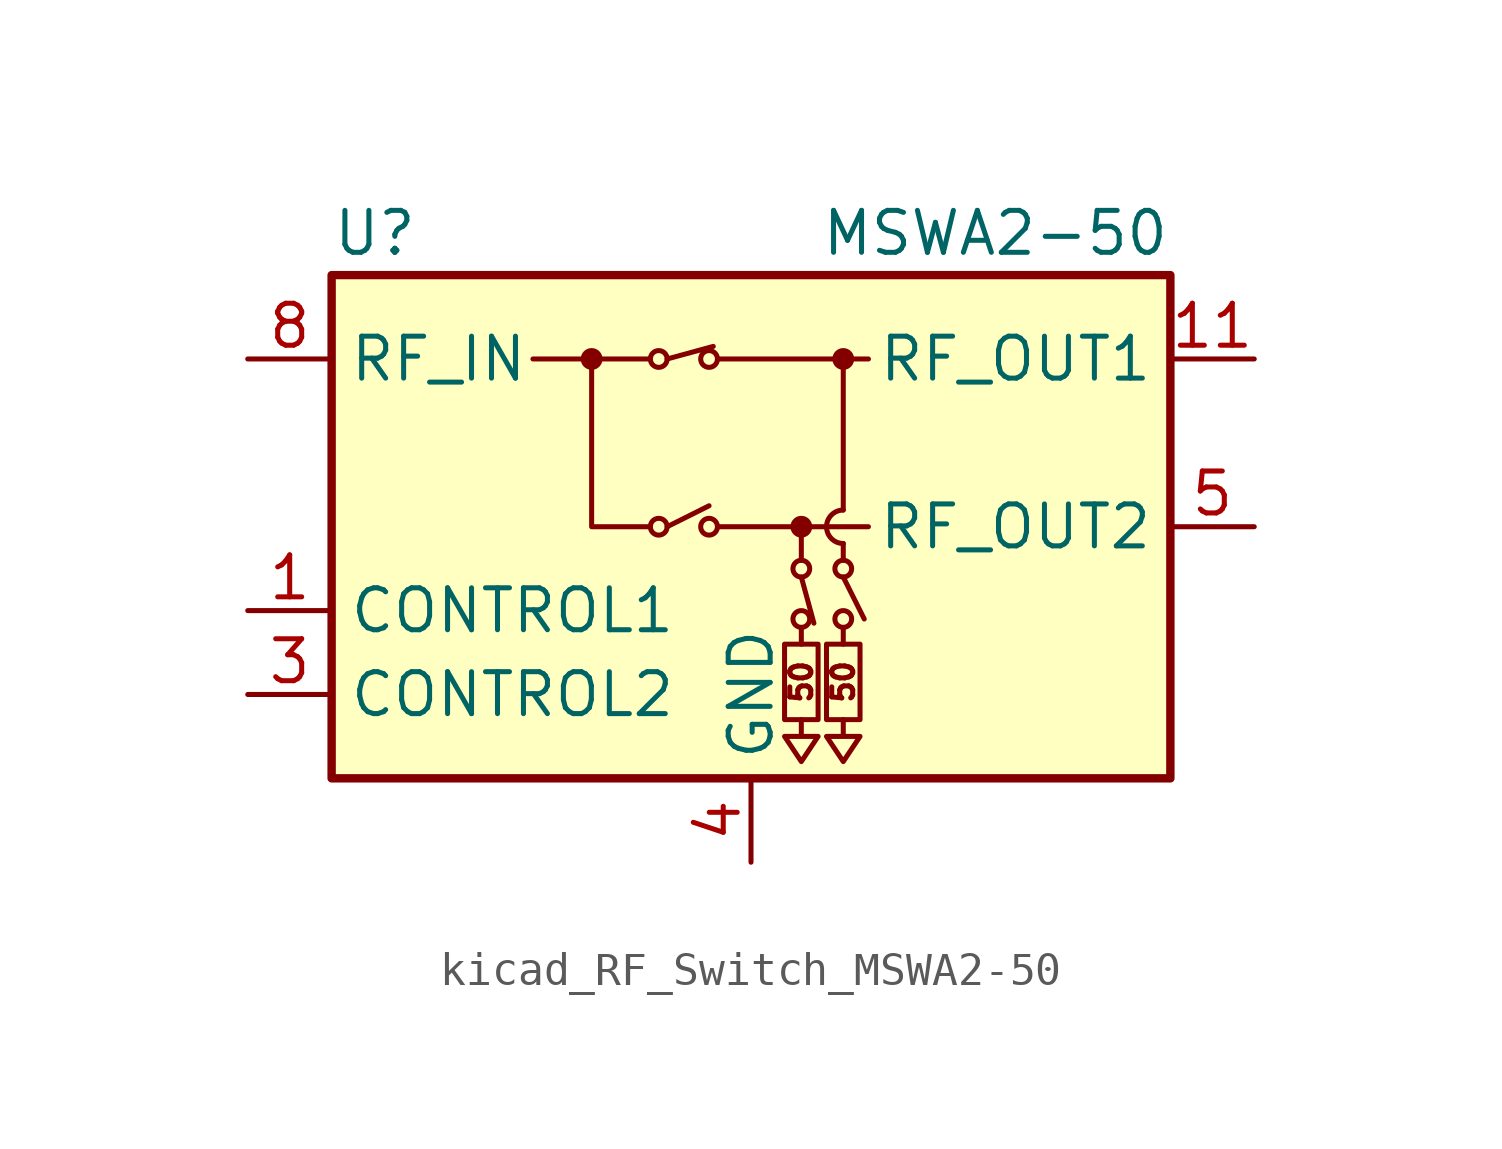
<source format=kicad_sym>
(kicad_symbol_lib
  (version 20220914)
  (generator kicad_symbol_editor)
  (symbol "kicad_RF_Switch_MSWA2-50"
    (property "Reference" "U"
      (at -12.7 8.89 0)
      (effects (font (size 1.27 1.27)) (justify left)))
    (property "Value" "MSWA2-50"
      (at 12.7 8.89 0)
      (effects (font (size 1.27 1.27)) (justify right)))
    (symbol "kicad_RF_Switch_MSWA2-50_0_0"
      (text "50" (at 1.524 -4.699 900) (effects (font (size 0.635 0.635))))
      (text "50" (at 2.794 -4.699 900) (effects (font (size 0.635 0.635)))))
    (symbol "kicad_RF_Switch_MSWA2-50_0_1"
      (rectangle (start -12.7 7.62) (end 12.7 -7.62) (stroke (width 0.254) (type default)) (fill (type background)))
      (circle (center -4.826 5.08) (radius 0.254) (stroke (width 0) (type default)) (fill (type outline)))
      (circle (center -2.794 0) (radius 0.254) (stroke (width 0) (type default)) (fill (type none)))
      (circle (center -2.794 5.08) (radius 0.254) (stroke (width 0) (type default)) (fill (type none)))
      (circle (center -1.27 0) (radius 0.254) (stroke (width 0) (type default)) (fill (type none)))
      (circle (center -1.27 5.08) (radius 0.254) (stroke (width 0) (type default)) (fill (type none)))
      (polyline (pts (xy -3.048 5.08) (xy -6.604 5.08)) (stroke (width 0) (type default)) (fill (type none)))
      (polyline (pts (xy -2.54 0) (xy -1.27 0.635)) (stroke (width 0) (type default)) (fill (type none)))
      (polyline (pts (xy -2.54 5.08) (xy -1.143 5.461)) (stroke (width 0) (type default)) (fill (type none)))
      (polyline (pts (xy -1.016 0) (xy 3.556 0)) (stroke (width 0) (type default)) (fill (type none)))
      (polyline (pts (xy -1.016 5.08) (xy 3.556 5.08)) (stroke (width 0) (type default)) (fill (type none)))
      (polyline (pts (xy 1.524 -3.048) (xy 1.524 -3.556)) (stroke (width 0) (type default)) (fill (type none)))
      (polyline (pts (xy 1.524 -1.524) (xy 1.905 -2.921)) (stroke (width 0) (type default)) (fill (type none)))
      (polyline (pts (xy 1.524 -1.016) (xy 1.524 0)) (stroke (width 0) (type default)) (fill (type none)))
      (polyline (pts (xy 2.794 -3.048) (xy 2.794 -3.556)) (stroke (width 0) (type default)) (fill (type none)))
      (polyline (pts (xy 2.794 -1.524) (xy 3.429 -2.794)) (stroke (width 0) (type default)) (fill (type none)))
      (polyline (pts (xy 2.794 -0.508) (xy 2.794 -1.016)) (stroke (width 0) (type default)) (fill (type none)))
      (polyline (pts (xy 2.794 5.08) (xy 2.794 0.508)) (stroke (width 0) (type default)) (fill (type none)))
      (polyline (pts (xy -4.826 5.08) (xy -4.826 0) (xy -3.048 0)) (stroke (width 0) (type default)) (fill (type none)))
      (polyline (pts (xy 1.524 -5.842) (xy 1.524 -6.35) (xy 1.016 -6.35) (xy 1.524 -7.112) (xy 2.032 -6.35) (xy 1.524 -6.35)) (stroke (width 0) (type default)) (fill (type none)))
      (polyline (pts (xy 2.794 -5.842) (xy 2.794 -6.35) (xy 2.286 -6.35) (xy 2.794 -7.112) (xy 3.302 -6.35) (xy 2.794 -6.35)) (stroke (width 0) (type default)) (fill (type none)))
      (rectangle (start 1.016 -3.556) (end 2.032 -5.842) (stroke (width 0) (type default)) (fill (type none)))
      (circle (center 1.524 -2.794) (radius 0.254) (stroke (width 0) (type default)) (fill (type none)))
      (circle (center 1.524 -1.27) (radius 0.254) (stroke (width 0) (type default)) (fill (type none)))
      (circle (center 1.524 0) (radius 0.254) (stroke (width 0) (type default)) (fill (type outline)))
      (rectangle (start 2.286 -3.556) (end 3.302 -5.842) (stroke (width 0) (type default)) (fill (type none)))
      (circle (center 2.794 -2.794) (radius 0.254) (stroke (width 0) (type default)) (fill (type none)))
      (circle (center 2.794 -1.27) (radius 0.254) (stroke (width 0) (type default)) (fill (type none)))
      (arc (start 2.794 0.508) (mid 2.2882 0) (end 2.794 -0.508) (stroke (width 0) (type default)) (fill (type none)))
      (circle (center 2.794 5.08) (radius 0.254) (stroke (width 0) (type default)) (fill (type outline))))
    (symbol "kicad_RF_Switch_MSWA2-50_1_1"
      (pin input line (at -15.24 -2.54 0) (length 2.54) (name "CONTROL1" (effects (font (size 1.27 1.27)))) (number "1" (effects (font (size 1.27 1.27)))))
      (pin passive line (at 0 -10.16 90) (length 2.54) hide (name "GND" (effects (font (size 1.27 1.27)))) (number "10" (effects (font (size 1.27 1.27)))))
      (pin passive line (at 15.24 5.08 180) (length 2.54) (name "RF_OUT1" (effects (font (size 1.27 1.27)))) (number "11" (effects (font (size 1.27 1.27)))))
      (pin passive line (at 0 -10.16 90) (length 2.54) hide (name "GND" (effects (font (size 1.27 1.27)))) (number "12" (effects (font (size 1.27 1.27)))))
      (pin passive line (at 0 -10.16 90) (length 2.54) hide (name "GND" (effects (font (size 1.27 1.27)))) (number "13" (effects (font (size 1.27 1.27)))))
      (pin no_connect line (at 12.7 -5.08 180) (length 2.54) hide (name "NC" (effects (font (size 1.27 1.27)))) (number "2" (effects (font (size 1.27 1.27)))))
      (pin input line (at -15.24 -5.08 0) (length 2.54) (name "CONTROL2" (effects (font (size 1.27 1.27)))) (number "3" (effects (font (size 1.27 1.27)))))
      (pin power_in line (at 0 -10.16 90) (length 2.54) (name "GND" (effects (font (size 1.27 1.27)))) (number "4" (effects (font (size 1.27 1.27)))))
      (pin passive line (at 15.24 0 180) (length 2.54) (name "RF_OUT2" (effects (font (size 1.27 1.27)))) (number "5" (effects (font (size 1.27 1.27)))))
      (pin passive line (at 0 -10.16 90) (length 2.54) hide (name "GND" (effects (font (size 1.27 1.27)))) (number "6" (effects (font (size 1.27 1.27)))))
      (pin passive line (at 0 -10.16 90) (length 2.54) hide (name "GND" (effects (font (size 1.27 1.27)))) (number "7" (effects (font (size 1.27 1.27)))))
      (pin passive line (at -15.24 5.08 0) (length 2.54) (name "RF_IN" (effects (font (size 1.27 1.27)))) (number "8" (effects (font (size 1.27 1.27)))))
      (pin passive line (at 0 -10.16 90) (length 2.54) hide (name "GND" (effects (font (size 1.27 1.27)))) (number "9" (effects (font (size 1.27 1.27))))))))
</source>
